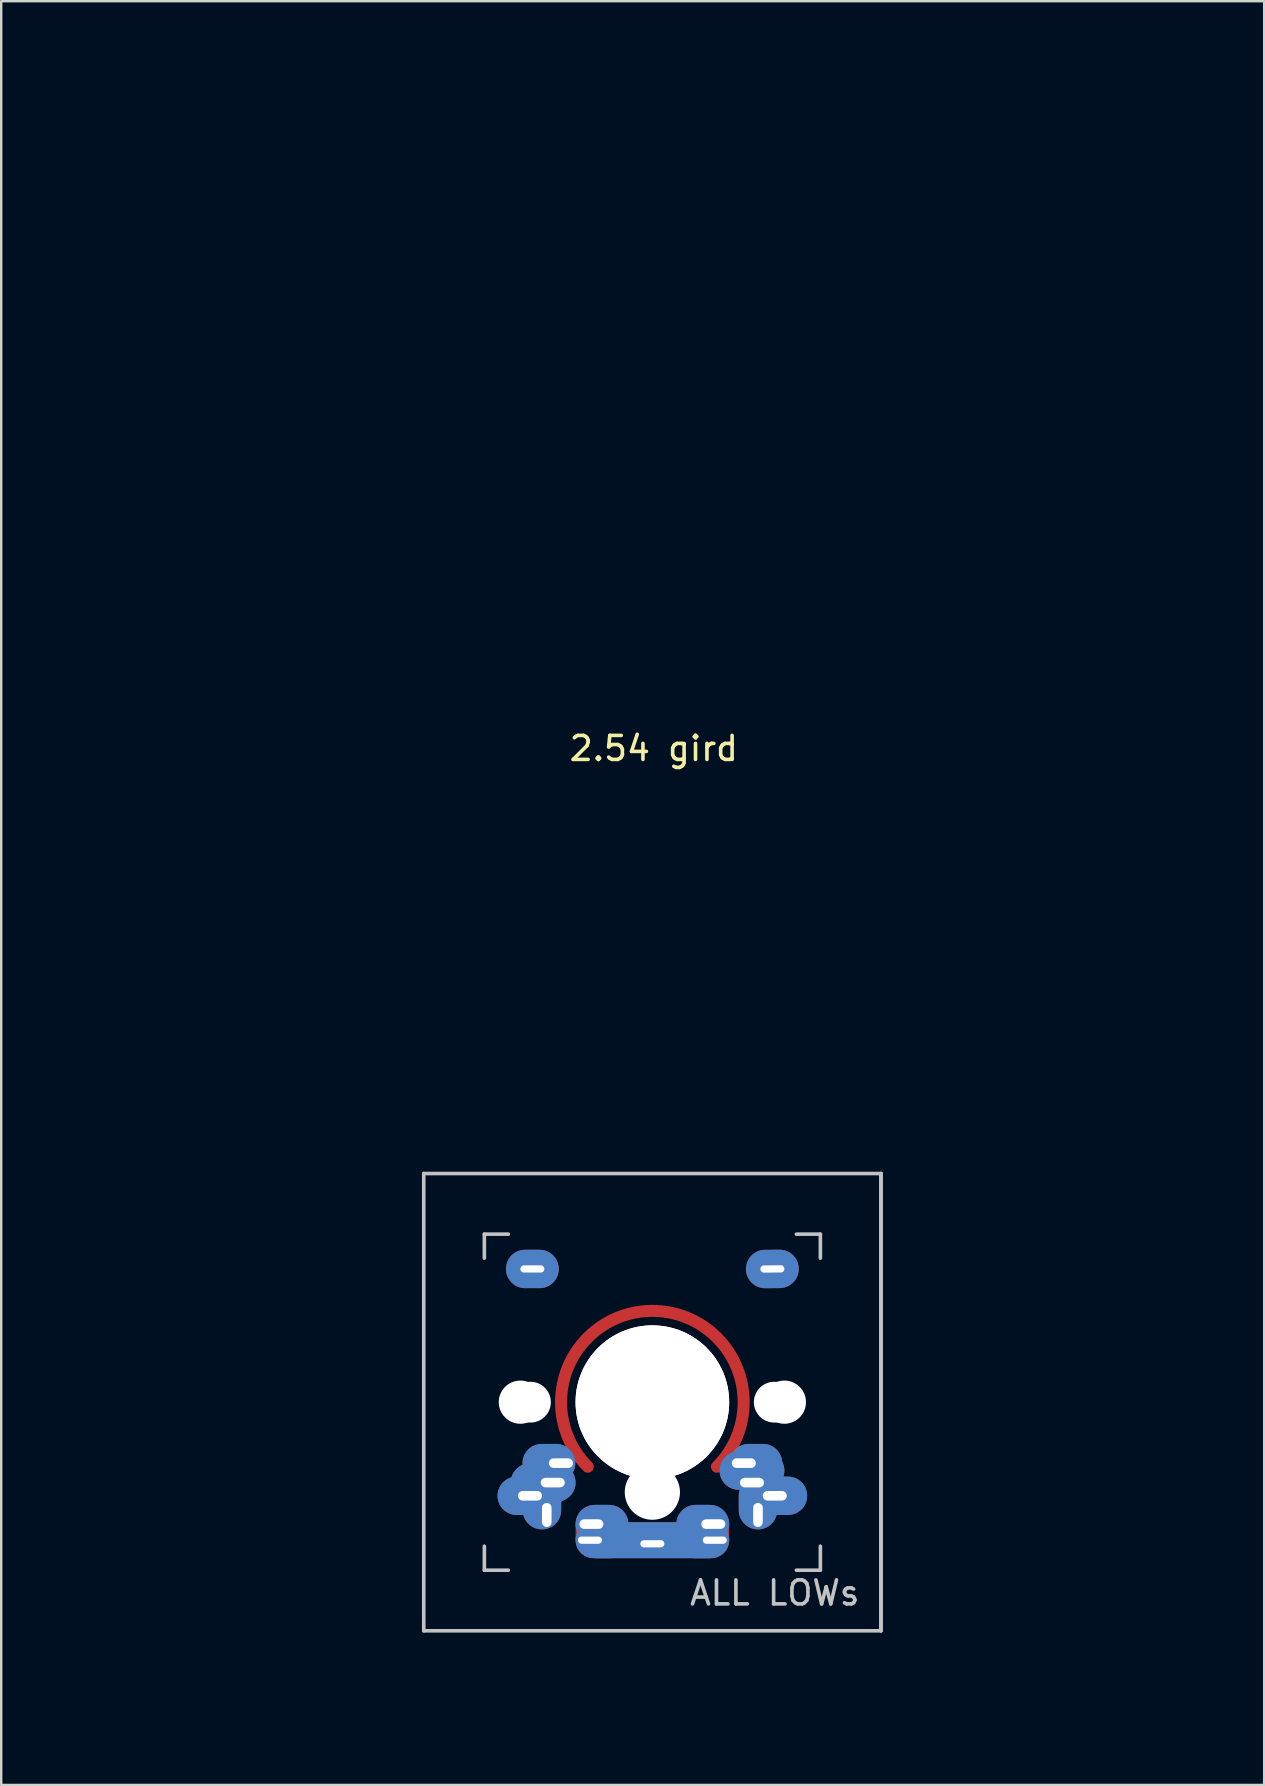
<source format=kicad_pcb>
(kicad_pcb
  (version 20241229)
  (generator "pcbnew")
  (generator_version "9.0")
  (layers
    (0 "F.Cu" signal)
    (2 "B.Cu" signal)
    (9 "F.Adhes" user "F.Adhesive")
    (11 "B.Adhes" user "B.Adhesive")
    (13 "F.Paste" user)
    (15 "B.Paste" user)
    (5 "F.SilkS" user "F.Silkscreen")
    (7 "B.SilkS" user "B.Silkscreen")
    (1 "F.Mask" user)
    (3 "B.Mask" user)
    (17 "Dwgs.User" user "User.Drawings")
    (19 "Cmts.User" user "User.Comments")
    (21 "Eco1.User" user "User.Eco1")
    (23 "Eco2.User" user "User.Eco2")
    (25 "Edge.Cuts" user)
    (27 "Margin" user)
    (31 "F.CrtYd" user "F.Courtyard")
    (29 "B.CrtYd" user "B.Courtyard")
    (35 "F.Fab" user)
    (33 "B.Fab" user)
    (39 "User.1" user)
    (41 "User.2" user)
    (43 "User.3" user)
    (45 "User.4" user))
  (footprint "ALL LOWs"
    (layer "F.Cu")
    (at 24.13 55.37)
    (property "Reference" "ALL LOWs" (at 5.1 7.95 180) (layer "Dwgs.User") (effects (font (size 1 1) (thickness 0.15))))
    (attr through_hole)
    (fp_rect (start -3.2 5.075) (end -3.05 5.75) (stroke (width 0) (type solid)) (fill yes) (layer "F.Cu"))
    (fp_rect (start 3.05 5.075) (end 3.2 5.75) (stroke (width 0) (type solid)) (fill yes) (layer "F.Cu"))
    (fp_arc (start -2.689918 2.689918) (mid 0 -3.804119) (end 2.689918 2.689918) (stroke (width 0.5) (type default)) (layer "F.Cu"))
    (fp_line (start -9.525 -9.525) (end 9.525 -9.525) (stroke (width 0.15) (type solid)) (layer "Dwgs.User"))
    (fp_line (start -9.525 9.525) (end -9.525 -9.525) (stroke (width 0.15) (type solid)) (layer "Dwgs.User"))
    (fp_line (start -7 -7) (end -6 -7) (stroke (width 0.15) (type solid)) (layer "Dwgs.User"))
    (fp_line (start -7 -6) (end -7 -7) (stroke (width 0.15) (type solid)) (layer "Dwgs.User"))
    (fp_line (start -7 7) (end -7 6) (stroke (width 0.15) (type solid)) (layer "Dwgs.User"))
    (fp_line (start -6 7) (end -7 7) (stroke (width 0.15) (type solid)) (layer "Dwgs.User"))
    (fp_line (start 6 7) (end 7 7) (stroke (width 0.15) (type solid)) (layer "Dwgs.User"))
    (fp_line (start 7 -7) (end 6 -7) (stroke (width 0.15) (type solid)) (layer "Dwgs.User"))
    (fp_line (start 7 -6) (end 7 -7) (stroke (width 0.15) (type solid)) (layer "Dwgs.User"))
    (fp_line (start 7 7) (end 7 6) (stroke (width 0.15) (type solid)) (layer "Dwgs.User"))
    (fp_line (start 9.525 -9.525) (end 9.525 9.525) (stroke (width 0.15) (type solid)) (layer "Dwgs.User"))
    (fp_line (start 9.525 9.525) (end -9.525 9.525) (stroke (width 0.15) (type solid)) (layer "Dwgs.User"))
    (fp_line (start 9.525 9.525) (end 9.525 -9.525) (stroke (width 0.15) (type solid)) (layer "Dwgs.User"))
    (fp_line (start -2.54 6.35) (end -2.54 11.43) (stroke (width 0.12) (type default)) (layer "User.1"))
    (fp_line (start -2.54 11.43) (end -3.81 5.08) (stroke (width 0.12) (type default)) (layer "User.1"))
    (fp_line (start 2.54 6.35) (end 2.54 11.43) (stroke (width 0.12) (type default)) (layer "User.1"))
    (fp_line (start 2.54 11.43) (end 3.81 5.08) (stroke (width 0.12) (type default)) (layer "User.1"))
    (fp_line (start -11.363 0.065) (end -6.283 3.875) (stroke (width 0.12) (type default)) (layer "User.2"))
    (fp_line (start 0 5.08) (end -11.363 0.065) (stroke (width 0.12) (type default)) (layer "User.2"))
    (fp_line (start 0.067 5.145) (end 11.43 0) (stroke (width 0.12) (type default)) (layer "User.2"))
    (fp_line (start 11.43 0) (end 5.08 -5.08) (stroke (width 0.12) (type default)) (layer "User.2"))
    (fp_line (start 11.43 0) (end 6.35 3.81) (stroke (width 0.12) (type default)) (layer "User.2"))
    (fp_line (start 1.27 -10.16) (end 0 -6.35) (stroke (width 0.12) (type default)) (layer "User.4"))
    (fp_line (start 3.81 -3.81) (end 1.27 -10.16) (stroke (width 0.12) (type default)) (layer "User.4"))
    (fp_line (start -10.16 -10.16) (end -3.81 -2.54) (stroke (width 0.12) (type default)) (layer "User.5"))
    (fp_line (start -10.16 -10.16) (end -2.54 -5.08) (stroke (width 0.12) (type default)) (layer "User.5"))
    (fp_text user "GateronLowProfile (KS-27)" (at -5.08 12.7 0) (unlocked yes) (layer "User.1") (effects (font (size 1 1) (thickness 0.15)) (justify left bottom)))
    (fp_text user "Kailh Choc V1" (at -21.59 0 0) (unlocked yes) (layer "User.2") (effects (font (size 1 1) (thickness 0.15)) (justify left bottom)))
    (fp_text user "Kailh Choc V2" (at 11.43 0 0) (unlocked yes) (layer "User.2") (effects (font (size 1 1) (thickness 0.15)) (justify left bottom)))
    (fp_text user "& TTC Low Profile (KS32)" (at 1.27 -10.16 0) (unlocked yes) (layer "User.4") (effects (font (size 1 1) (thickness 0.15)) (justify left bottom)))
    (fp_text user "Cherry MX Low profile" (at 1.27 -12.7 0) (unlocked yes) (layer "User.4") (effects (font (size 1 1) (thickness 0.15)) (justify left bottom)))
    (fp_text user "MX Origional (full size)" (at -24.13 -10.16 0) (unlocked yes) (layer "User.5") (effects (font (size 1 1) (thickness 0.15)) (justify left bottom)))
    (pad "" np_thru_hole circle (at -5.5 0 90) (size 1.8 1.8) (drill 1.8) (layers "*.Cu" "*.Mask"))
    (pad "" np_thru_hole circle (at -5.08 0) (size 1.7 1.7) (drill 1.7) (layers "*.Cu" "*.Mask"))
    (pad "" thru_hole oval (at -5 -5.55) (size 2.2 1.6) (drill oval 1 0.3) (layers "*.Cu" "*.Mask"))
    (pad "" np_thru_hole circle (at 0 0 270) (size 6.4 6.4) (drill 6.4) (layers "*.Cu" "*.Mask"))
    (pad "" np_thru_hole circle (at 0 0 90) (size 6.4 6.4) (drill 6.4) (layers "*.Cu" "*.Mask"))
    (pad "" np_thru_hole circle (at 0 3.75 270) (size 2.3 2.3) (drill 2.3) (layers "*.Cu" "*.Mask"))
    (pad "" thru_hole oval (at 5 -5.55 0.5) (size 2.2 1.6) (drill oval 1 0.3) (layers "*.Cu" "*.Mask"))
    (pad "" np_thru_hole circle (at 5.08 0) (size 1.7 1.7) (drill 1.7) (layers "*.Cu" "*.Mask"))
    (pad "" np_thru_hole circle (at 5.5 0 90) (size 1.8 1.8) (drill 1.8) (layers "*.Cu" "*.Mask"))
    (pad "1" thru_hole oval (at -5.1 3.9) (size 2.7 1.6) (drill oval 1 0.4) (layers "*.Cu" "*.Mask"))
    (pad "1" thru_hole oval (at -4.4 4.7 90) (size 2.2 1.6) (drill oval 1 0.4 (offset 0.5 -0.2)) (layers "*.Cu" "*.Mask"))
    (pad "1" thru_hole oval (at -4.15 3.35 180) (size 2.7 1.6) (drill oval 1 0.4 (offset 0.4 0)) (layers "*.Cu" "*.Mask"))
    (pad "1" thru_hole oval (at -3.81 2.54 180) (size 2.2 1.6) (drill oval 1 0.4 (offset 0.5 0)) (layers "*.Cu" "*.Mask"))
    (pad "1" thru_hole oval (at 3.81 2.54 180) (size 2.2 1.6) (drill oval 1 0.4 (offset -0.5 0)) (layers "*.Cu" "*.Mask"))
    (pad "1" thru_hole oval (at 4.15 3.35 180) (size 2.7 1.6) (drill oval 1 0.4 (offset 0 0.5)) (layers "*.Cu" "*.Mask"))
    (pad "1" thru_hole oval (at 4.4 4.7 90) (size 2.2 1.6) (drill oval 1 0.4 (offset 0.5 0)) (layers "*.Cu" "*.Mask"))
    (pad "1" thru_hole oval (at 5.1 3.9) (size 2.7 1.6) (drill oval 1 0.4) (layers "*.Cu" "*.Mask"))
    (pad "2" thru_hole oval (at -2.6 5.75 180) (size 2.2 1.5) (drill oval 1 0.3 (offset -0.5 0)) (layers "*.Cu" "*.Mask"))
    (pad "2" thru_hole oval (at -2.54 5.08 180) (size 2.2 1.6) (drill oval 1 0.4 (offset -0.44 0)) (layers "*.Cu" "*.Mask"))
    (pad "2" thru_hole oval (at 0 5.9) (size 6.2 1.5) (drill oval 1 0.3 (offset 0 -0.15)) (layers "*.Cu" "*.Mask"))
    (pad "2" thru_hole oval (at 2.54 5.08 180) (size 2.2 1.6) (drill oval 1 0.4 (offset 0.44 0)) (layers "*.Cu" "*.Mask"))
    (pad "2" thru_hole oval (at 2.6 5.75 180) (size 2.2 1.5) (drill oval 1 0.3 (offset 0.5 0)) (layers "*.Cu" "*.Mask")))
  (footprint "2.54 gird"
    (layer "F.Cu")
    (at 24.19 28.635)
    (property "Reference" "2.54 gird" (at 0 -0.5 0) (unlocked yes) (layer "F.SilkS") (effects (font (size 1 1) (thickness 0.15))))
    (fp_line (start -24.13 -27.305) (end -5.08 -27.305) (stroke (width 0.12) (type default)) (layer "Eco2.User"))
    (fp_line (start -24.13 -24.765) (end -5.08 -24.765) (stroke (width 0.12) (type default)) (layer "Eco2.User"))
    (fp_line (start -24.13 -22.225) (end -5.08 -22.225) (stroke (width 0.12) (type default)) (layer "Eco2.User"))
    (fp_line (start -24.13 -19.685) (end -5.08 -19.685) (stroke (width 0.12) (type default)) (layer "Eco2.User"))
    (fp_line (start -24.13 -17.145) (end -5.08 -17.145) (stroke (width 0.12) (type default)) (layer "Eco2.User"))
    (fp_line (start -24.13 -14.605) (end -5.08 -14.605) (stroke (width 0.12) (type default)) (layer "Eco2.User"))
    (fp_line (start -24.13 -12.065) (end -5.08 -12.065) (stroke (width 0.12) (type default)) (layer "Eco2.User"))
    (fp_line (start -24.13 -9.525) (end -5.08 -9.525) (stroke (width 0.12) (type default)) (layer "Eco2.User"))
    (fp_line (start -22.86 -9.525) (end -22.86 -28.575) (stroke (width 0.12) (type default)) (layer "Eco2.User"))
    (fp_line (start -22.86 9.525) (end -22.86 -9.525) (stroke (width 0.12) (type default)) (layer "Eco2.User"))
    (fp_line (start -20.32 -9.525) (end -20.32 -28.575) (stroke (width 0.12) (type default)) (layer "Eco2.User"))
    (fp_line (start -20.32 9.525) (end -20.32 -9.525) (stroke (width 0.12) (type default)) (layer "Eco2.User"))
    (fp_line (start -17.78 -9.525) (end -17.78 -28.575) (stroke (width 0.12) (type default)) (layer "Eco2.User"))
    (fp_line (start -17.78 9.525) (end -17.78 -9.525) (stroke (width 0.12) (type default)) (layer "Eco2.User"))
    (fp_line (start -15.24 -9.525) (end -15.24 -28.575) (stroke (width 0.12) (type default)) (layer "Eco2.User"))
    (fp_line (start -15.24 9.525) (end -15.24 -9.525) (stroke (width 0.12) (type default)) (layer "Eco2.User"))
    (fp_line (start -12.7 -9.525) (end -12.7 -28.575) (stroke (width 0.12) (type default)) (layer "Eco2.User"))
    (fp_line (start -12.7 9.525) (end -12.7 -9.525) (stroke (width 0.12) (type default)) (layer "Eco2.User"))
    (fp_line (start -10.16 -9.525) (end -10.16 -28.575) (stroke (width 0.12) (type default)) (layer "Eco2.User"))
    (fp_line (start -10.16 9.525) (end -10.16 -9.525) (stroke (width 0.12) (type default)) (layer "Eco2.User"))
    (fp_line (start -7.62 -9.525) (end -7.62 -28.575) (stroke (width 0.12) (type default)) (layer "Eco2.User"))
    (fp_line (start -7.62 9.525) (end -7.62 -9.525) (stroke (width 0.12) (type default)) (layer "Eco2.User"))
    (fp_line (start -5.08 -28.575) (end -5.08 -9.525) (stroke (width 0.12) (type default)) (layer "Eco2.User"))
    (fp_line (start -5.08 -27.305) (end 13.97 -27.305) (stroke (width 0.12) (type default)) (layer "Eco2.User"))
    (fp_line (start -5.08 -24.765) (end 13.97 -24.765) (stroke (width 0.12) (type default)) (layer "Eco2.User"))
    (fp_line (start -5.08 -22.225) (end 13.97 -22.225) (stroke (width 0.12) (type default)) (layer "Eco2.User"))
    (fp_line (start -5.08 -19.685) (end 13.97 -19.685) (stroke (width 0.12) (type default)) (layer "Eco2.User"))
    (fp_line (start -5.08 -17.145) (end 13.97 -17.145) (stroke (width 0.12) (type default)) (layer "Eco2.User"))
    (fp_line (start -5.08 -14.605) (end 13.97 -14.605) (stroke (width 0.12) (type default)) (layer "Eco2.User"))
    (fp_line (start -5.08 -12.065) (end 13.97 -12.065) (stroke (width 0.12) (type default)) (layer "Eco2.User"))
    (fp_line (start -5.08 -9.525) (end -24.13 -9.525) (stroke (width 0.12) (type default)) (layer "Eco2.User"))
    (fp_line (start -5.08 -9.525) (end -5.08 -28.575) (stroke (width 0.12) (type default)) (layer "Eco2.User"))
    (fp_line (start -5.08 -9.525) (end -5.08 9.525) (stroke (width 0.12) (type default)) (layer "Eco2.User"))
    (fp_line (start -5.08 -9.525) (end 13.97 -9.525) (stroke (width 0.12) (type default)) (layer "Eco2.User"))
    (fp_line (start -5.08 -6.985) (end -24.13 -6.985) (stroke (width 0.12) (type default)) (layer "Eco2.User"))
    (fp_line (start -5.08 -4.445) (end -24.13 -4.445) (stroke (width 0.12) (type default)) (layer "Eco2.User"))
    (fp_line (start -5.08 -1.905) (end -24.13 -1.905) (stroke (width 0.12) (type default)) (layer "Eco2.User"))
    (fp_line (start -5.08 0.635) (end -24.13 0.635) (stroke (width 0.12) (type default)) (layer "Eco2.User"))
    (fp_line (start -5.08 3.175) (end -24.13 3.175) (stroke (width 0.12) (type default)) (layer "Eco2.User"))
    (fp_line (start -5.08 5.715) (end -24.13 5.715) (stroke (width 0.12) (type default)) (layer "Eco2.User"))
    (fp_line (start -5.08 8.255) (end -24.13 8.255) (stroke (width 0.12) (type default)) (layer "Eco2.User"))
    (fp_line (start -5.08 9.525) (end -5.08 -9.525) (stroke (width 0.12) (type default)) (layer "Eco2.User"))
    (fp_line (start -2.54 -28.575) (end -2.54 -9.525) (stroke (width 0.12) (type default)) (layer "Eco2.User"))
    (fp_line (start -2.54 -9.525) (end -2.54 9.525) (stroke (width 0.12) (type default)) (layer "Eco2.User"))
    (fp_line (start 0 -28.575) (end 0 -9.525) (stroke (width 0.12) (type default)) (layer "Eco2.User"))
    (fp_line (start 0 -9.525) (end 0 9.525) (stroke (width 0.12) (type default)) (layer "Eco2.User"))
    (fp_line (start 2.54 -28.575) (end 2.54 -9.525) (stroke (width 0.12) (type default)) (layer "Eco2.User"))
    (fp_line (start 2.54 -9.525) (end 2.54 9.525) (stroke (width 0.12) (type default)) (layer "Eco2.User"))
    (fp_line (start 5.08 -28.575) (end 5.08 -9.525) (stroke (width 0.12) (type default)) (layer "Eco2.User"))
    (fp_line (start 5.08 -9.525) (end 5.08 9.525) (stroke (width 0.12) (type default)) (layer "Eco2.User"))
    (fp_line (start 7.62 -28.575) (end 7.62 -9.525) (stroke (width 0.12) (type default)) (layer "Eco2.User"))
    (fp_line (start 7.62 -9.525) (end 7.62 9.525) (stroke (width 0.12) (type default)) (layer "Eco2.User"))
    (fp_line (start 10.16 -28.575) (end 10.16 -9.525) (stroke (width 0.12) (type default)) (layer "Eco2.User"))
    (fp_line (start 10.16 -9.525) (end 10.16 9.525) (stroke (width 0.12) (type default)) (layer "Eco2.User"))
    (fp_line (start 12.7 -28.575) (end 12.7 -9.525) (stroke (width 0.12) (type default)) (layer "Eco2.User"))
    (fp_line (start 12.7 -9.525) (end 12.7 9.525) (stroke (width 0.12) (type default)) (layer "Eco2.User"))
    (fp_line (start 13.97 -9.525) (end -5.08 -9.525) (stroke (width 0.12) (type default)) (layer "Eco2.User"))
    (fp_line (start 13.97 -6.985) (end -5.08 -6.985) (stroke (width 0.12) (type default)) (layer "Eco2.User"))
    (fp_line (start 13.97 -4.445) (end -5.08 -4.445) (stroke (width 0.12) (type default)) (layer "Eco2.User"))
    (fp_line (start 13.97 -1.905) (end -5.08 -1.905) (stroke (width 0.12) (type default)) (layer "Eco2.User"))
    (fp_line (start 13.97 0.635) (end -5.08 0.635) (stroke (width 0.12) (type default)) (layer "Eco2.User"))
    (fp_line (start 13.97 3.175) (end -5.08 3.175) (stroke (width 0.12) (type default)) (layer "Eco2.User"))
    (fp_line (start 13.97 5.715) (end -5.08 5.715) (stroke (width 0.12) (type default)) (layer "Eco2.User"))
    (fp_line (start 13.97 8.255) (end -5.08 8.255) (stroke (width 0.12) (type default)) (layer "Eco2.User")))
  (gr_rect
    (start -3 -3)
    (end 49.62 71.317)
    (stroke (width 0.1) (type default))
    (fill no)
    (layer "Edge.Cuts")))
</source>
